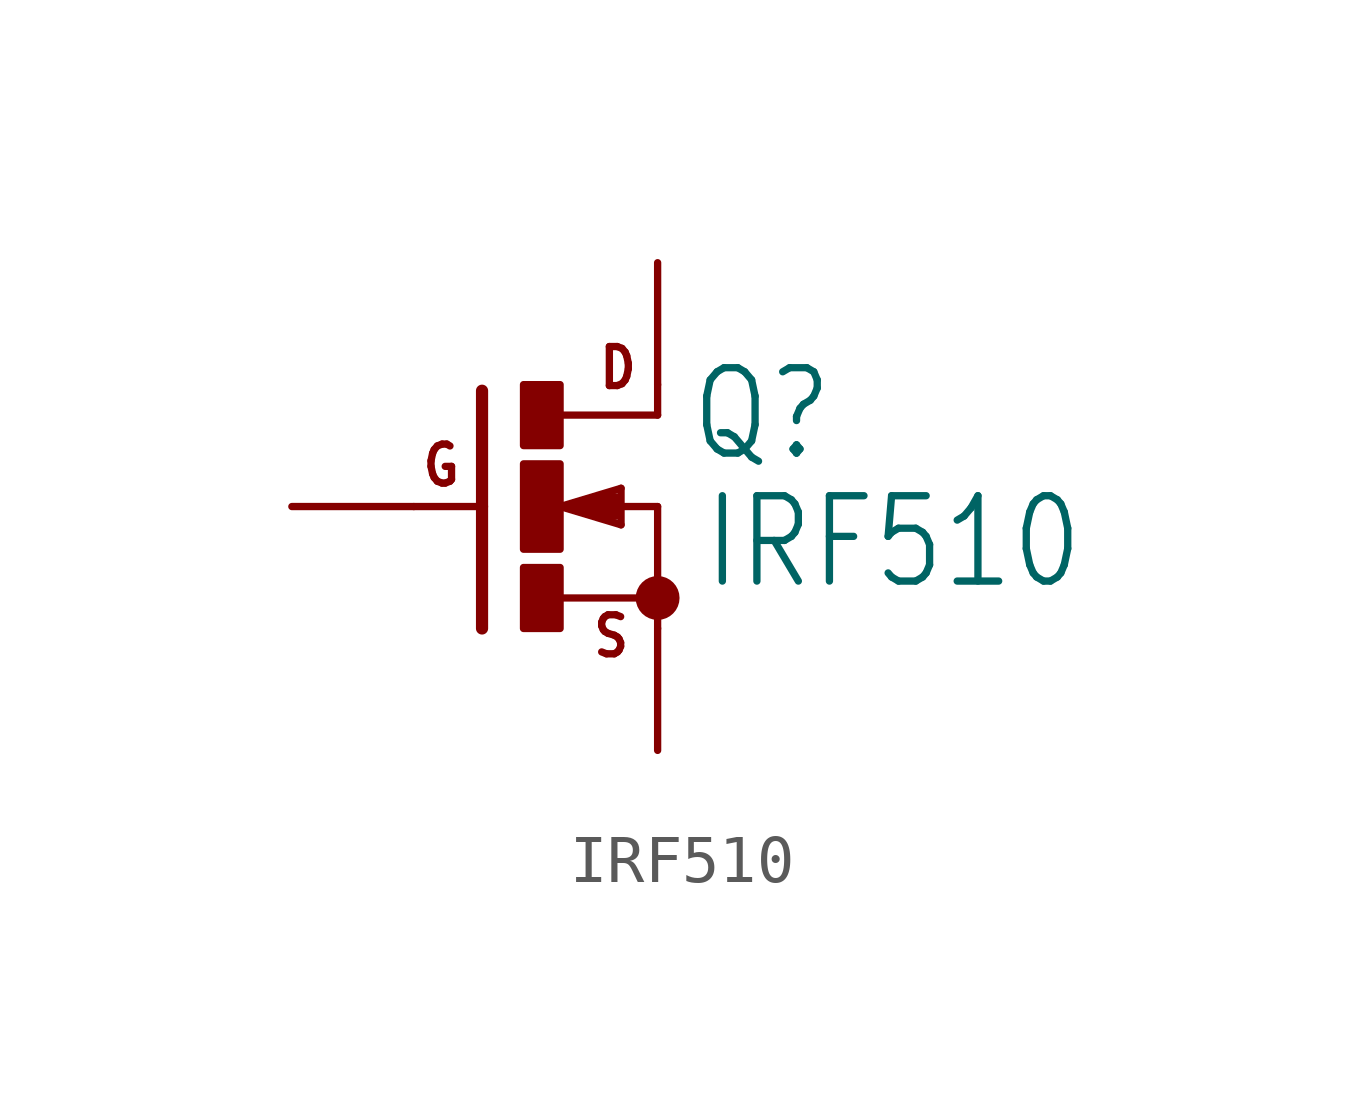
<source format=kicad_sym>
(kicad_symbol_lib
  (version 20211014)
  (generator kicad_symbol_editor)
  (symbol "IRF510"
    (property "Reference" "Q"
      (at 3.175 0.889 0)
      (effects (font (size 1.778 1.511)) (justify left bottom)))
    (property "Value" "IRF510"
      (at 3.429 -1.778 0)
      (effects (font (size 1.778 1.511)) (justify left bottom)))
    (property "ki_locked" ""
      (at 0 0 0)
      (effects (font (size 1.27 1.27))))
    (symbol "IRF510_1_0"
      (rectangle (start -0.254 -2.54) (end 0.508 -1.27) (stroke (width 0) (type default) (color 0 0 0 0)) (fill (type outline)))
      (rectangle (start -0.254 -0.889) (end 0.508 0.889) (stroke (width 0) (type default) (color 0 0 0 0)) (fill (type outline)))
      (rectangle (start -0.254 1.27) (end 0.508 2.54) (stroke (width 0) (type default) (color 0 0 0 0)) (fill (type outline)))
      (polyline (pts (xy -1.118 0) (xy -2.54 0)) (stroke (width 0.152) (type default) (color 0 0 0 0)) (fill (type none)))
      (polyline (pts (xy -1.118 0) (xy -1.118 -2.54)) (stroke (width 0.254) (type default) (color 0 0 0 0)) (fill (type none)))
      (polyline (pts (xy -1.118 2.413) (xy -1.118 0)) (stroke (width 0.254) (type default) (color 0 0 0 0)) (fill (type none)))
      (polyline (pts (xy 0.508 -1.905) (xy 2.54 -1.905)) (stroke (width 0.152) (type default) (color 0 0 0 0)) (fill (type none)))
      (polyline (pts (xy 0.508 0) (xy 1.143 0)) (stroke (width 0.152) (type default) (color 0 0 0 0)) (fill (type none)))
      (polyline (pts (xy 0.508 0) (xy 1.778 0.381)) (stroke (width 0.152) (type default) (color 0 0 0 0)) (fill (type none)))
      (polyline (pts (xy 1.143 0) (xy 1.651 -0.127)) (stroke (width 0.305) (type default) (color 0 0 0 0)) (fill (type none)))
      (polyline (pts (xy 1.143 0) (xy 2.54 0)) (stroke (width 0.152) (type default) (color 0 0 0 0)) (fill (type none)))
      (polyline (pts (xy 1.651 0.127) (xy 1.143 0)) (stroke (width 0.305) (type default) (color 0 0 0 0)) (fill (type none)))
      (polyline (pts (xy 1.778 -0.381) (xy 0.508 0)) (stroke (width 0.152) (type default) (color 0 0 0 0)) (fill (type none)))
      (polyline (pts (xy 1.778 0.381) (xy 1.778 -0.381)) (stroke (width 0.152) (type default) (color 0 0 0 0)) (fill (type none)))
      (polyline (pts (xy 2.54 -1.905) (xy 2.54 -2.54)) (stroke (width 0.152) (type default) (color 0 0 0 0)) (fill (type none)))
      (polyline (pts (xy 2.54 0) (xy 2.54 -1.905)) (stroke (width 0.152) (type default) (color 0 0 0 0)) (fill (type none)))
      (polyline (pts (xy 2.54 1.905) (xy 0.533 1.905)) (stroke (width 0.152) (type default) (color 0 0 0 0)) (fill (type none)))
      (polyline (pts (xy 2.54 2.54) (xy 2.54 1.905)) (stroke (width 0.152) (type default) (color 0 0 0 0)) (fill (type none)))
      (circle (center 2.54 -1.905) (radius 0.254) (stroke (width 0.406) (type default) (color 0 0 0 0)) (fill (type none)))
      (text "D" (at 1.27 2.413 0) (effects (font (size 0.813 0.691)) (justify left bottom)))
      (text "G" (at -2.413 0.381 0) (effects (font (size 0.813 0.691)) (justify left bottom)))
      (text "S" (at 1.143 -3.175 0) (effects (font (size 0.813 0.691)) (justify left bottom)))
      (pin passive line (at 2.54 -5.08 90) (length 2.54) (name "S" (effects (font (size 0 0)))) (number "1" (effects (font (size 0 0)))))
      (pin passive line (at 2.54 5.08 270) (length 2.54) (name "D" (effects (font (size 0 0)))) (number "2" (effects (font (size 0 0)))))
      (pin passive line (at -5.08 0 0) (length 2.54) (name "G" (effects (font (size 0 0)))) (number "3" (effects (font (size 0 0))))))))
</source>
